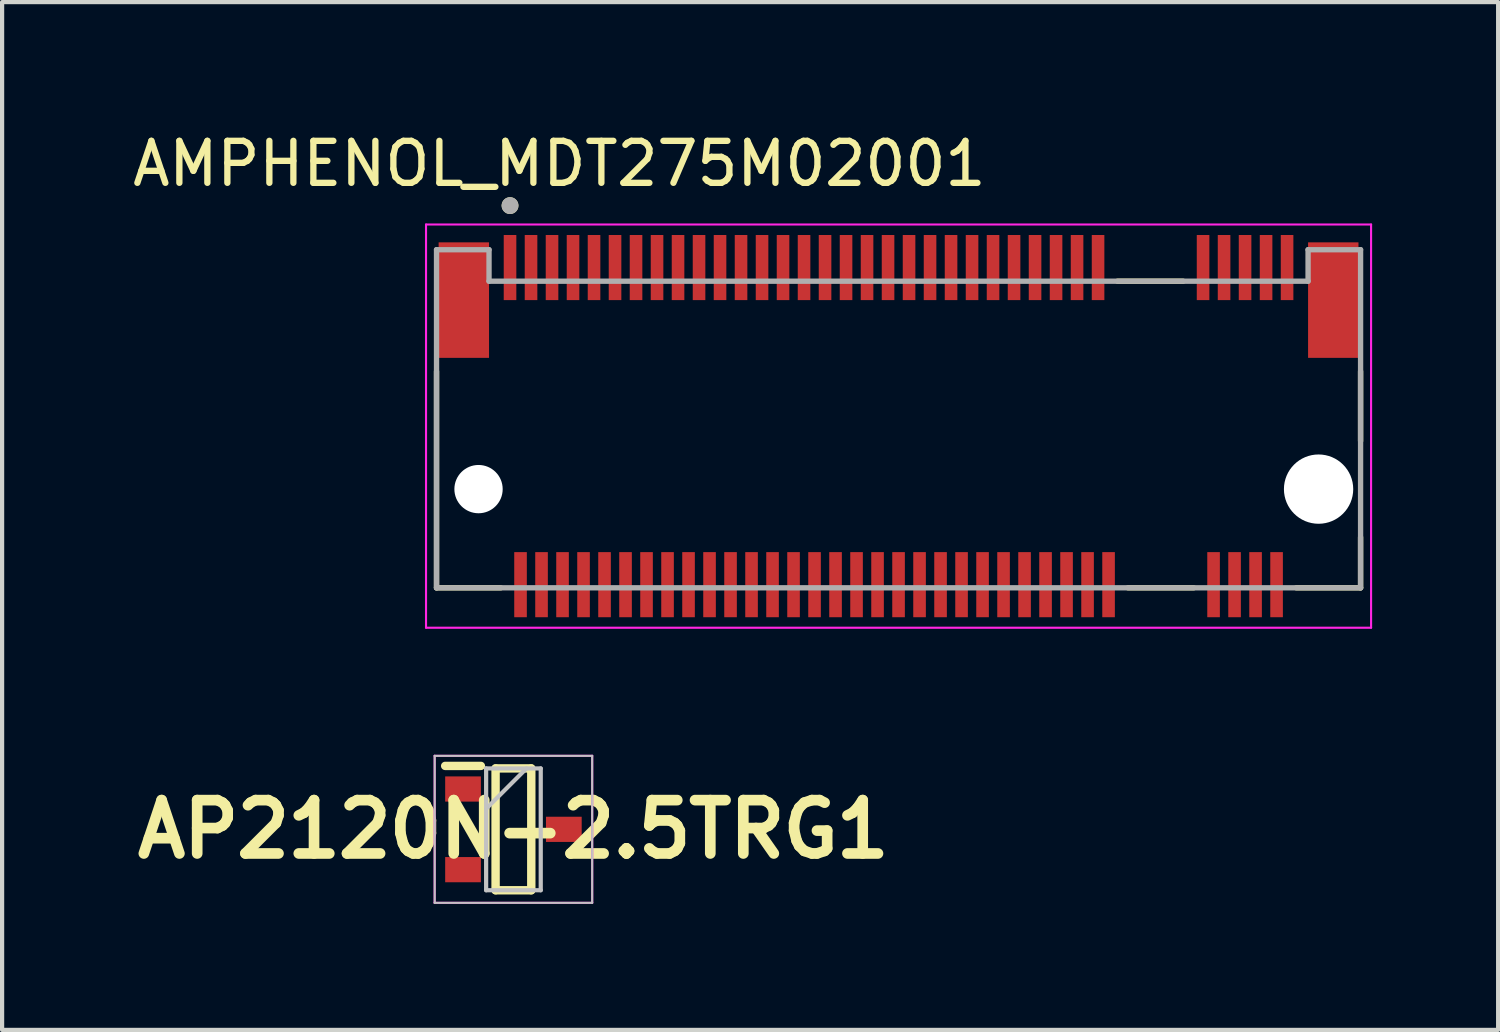
<source format=kicad_pcb>
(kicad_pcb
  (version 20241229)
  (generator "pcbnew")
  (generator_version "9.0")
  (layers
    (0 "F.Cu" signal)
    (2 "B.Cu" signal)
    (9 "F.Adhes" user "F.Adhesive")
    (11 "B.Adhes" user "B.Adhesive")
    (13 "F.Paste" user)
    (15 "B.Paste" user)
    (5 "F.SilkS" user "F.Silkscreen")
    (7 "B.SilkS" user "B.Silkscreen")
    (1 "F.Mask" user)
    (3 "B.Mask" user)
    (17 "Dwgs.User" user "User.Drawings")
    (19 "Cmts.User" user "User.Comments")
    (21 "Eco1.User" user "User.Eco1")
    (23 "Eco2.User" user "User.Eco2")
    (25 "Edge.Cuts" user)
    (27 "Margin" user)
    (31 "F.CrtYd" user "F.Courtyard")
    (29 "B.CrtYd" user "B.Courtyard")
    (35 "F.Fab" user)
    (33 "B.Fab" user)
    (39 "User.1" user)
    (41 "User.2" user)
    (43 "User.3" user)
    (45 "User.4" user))
  (footprint "AP2120N-2.5TRG1"
    (layer "F.Cu")
    (at 9.174 16.695)
    (property "Reference" "AP2120N-2.5TRG1" (at 0 0 0) (layer "F.SilkS") (effects (font (size 1.27 1.27) (thickness 0.254))))
    (attr smd)
    (fp_line (start -1.625 -1.51) (end -0.775 -1.51) (stroke (width 0.2) (type solid)) (layer "F.SilkS"))
    (fp_line (start -0.425 -1.45) (end 0.425 -1.45) (stroke (width 0.2) (type solid)) (layer "F.SilkS"))
    (fp_line (start -0.425 1.45) (end -0.425 -1.45) (stroke (width 0.2) (type solid)) (layer "F.SilkS"))
    (fp_line (start 0.425 -1.45) (end 0.425 1.45) (stroke (width 0.2) (type solid)) (layer "F.SilkS"))
    (fp_line (start 0.425 1.45) (end -0.425 1.45) (stroke (width 0.2) (type solid)) (layer "F.SilkS"))
    (fp_line (start -1.875 -1.75) (end 1.875 -1.75) (stroke (width 0.05) (type solid)) (layer "Dwgs.User"))
    (fp_line (start -1.875 1.75) (end -1.875 -1.75) (stroke (width 0.05) (type solid)) (layer "Dwgs.User"))
    (fp_line (start -0.65 -1.45) (end 0.65 -1.45) (stroke (width 0.1) (type solid)) (layer "Dwgs.User"))
    (fp_line (start -0.65 -0.49) (end 0.31 -1.45) (stroke (width 0.1) (type solid)) (layer "Dwgs.User"))
    (fp_line (start -0.65 1.45) (end -0.65 -1.45) (stroke (width 0.1) (type solid)) (layer "Dwgs.User"))
    (fp_line (start 0.65 -1.45) (end 0.65 1.45) (stroke (width 0.1) (type solid)) (layer "Dwgs.User"))
    (fp_line (start 0.65 1.45) (end -0.65 1.45) (stroke (width 0.1) (type solid)) (layer "Dwgs.User"))
    (fp_line (start 1.875 -1.75) (end 1.875 1.75) (stroke (width 0.05) (type solid)) (layer "Dwgs.User"))
    (fp_line (start 1.875 1.75) (end -1.875 1.75) (stroke (width 0.05) (type solid)) (layer "Dwgs.User"))
    (fp_line (start -1.875 -1.75) (end 1.875 -1.75) (stroke (width 0.05) (type solid)) (layer "F.CrtYd"))
    (fp_line (start -1.875 1.75) (end -1.875 -1.75) (stroke (width 0.05) (type solid)) (layer "F.CrtYd"))
    (fp_line (start 1.875 -1.75) (end 1.875 1.75) (stroke (width 0.05) (type solid)) (layer "F.CrtYd"))
    (fp_line (start 1.875 1.75) (end -1.875 1.75) (stroke (width 0.05) (type solid)) (layer "F.CrtYd"))
    (pad "1" smd rect (at -1.2 -0.96 90) (size 0.6 0.85) (layers "F.Cu" "F.Mask" "F.Paste"))
    (pad "2" smd rect (at -1.2 0.96 90) (size 0.6 0.85) (layers "F.Cu" "F.Mask" "F.Paste"))
    (pad "3" smd rect (at 1.2 0 90) (size 0.6 0.85) (layers "F.Cu" "F.Mask" "F.Paste")))
  (footprint "AMPHENOL_MDT275M02001"
    (layer "F.Cu")
    (at 18.343 8.595)
    (property "Reference" "AMPHENOL_MDT275M02001" (at -8.075 -7.747 0) (layer "F.SilkS") (effects (font (size 1 1) (thickness 0.15))))
    (attr smd)
    (fp_line (start -11 2.35) (end -11 -2.805) (stroke (width 0.127) (type solid)) (layer "F.SilkS"))
    (fp_line (start -9.47 2.35) (end -11 2.35) (stroke (width 0.127) (type solid)) (layer "F.SilkS"))
    (fp_line (start 5.213 -4.95) (end 6.777 -4.95) (stroke (width 0.127) (type solid)) (layer "F.SilkS"))
    (fp_line (start 5.463 2.35) (end 7.027 2.35) (stroke (width 0.127) (type solid)) (layer "F.SilkS"))
    (fp_line (start 11 -2.805) (end 11 -1.145) (stroke (width 0.127) (type solid)) (layer "F.SilkS"))
    (fp_line (start 11 2.35) (end 9.47 2.35) (stroke (width 0.127) (type solid)) (layer "F.SilkS"))
    (fp_line (start 11 2.35) (end 11 1.145) (stroke (width 0.127) (type solid)) (layer "F.SilkS"))
    (fp_circle (center -9.25 -6.75) (end -9.15 -6.75) (stroke (width 0.2) (type solid)) (fill no) (layer "F.SilkS"))
    (fp_line (start -11.25 -6.3) (end -11.25 3.3) (stroke (width 0.05) (type solid)) (layer "F.CrtYd"))
    (fp_line (start -11.25 3.3) (end 11.25 3.3) (stroke (width 0.05) (type solid)) (layer "F.CrtYd"))
    (fp_line (start 11.25 -6.3) (end -11.25 -6.3) (stroke (width 0.05) (type solid)) (layer "F.CrtYd"))
    (fp_line (start 11.25 3.3) (end 11.25 -6.3) (stroke (width 0.05) (type solid)) (layer "F.CrtYd"))
    (fp_line (start -11 -5.7) (end -9.75 -5.7) (stroke (width 0.127) (type solid)) (layer "F.Fab"))
    (fp_line (start -11 2.35) (end -11 -5.7) (stroke (width 0.127) (type solid)) (layer "F.Fab"))
    (fp_line (start -9.75 -5.7) (end -9.75 -4.95) (stroke (width 0.127) (type solid)) (layer "F.Fab"))
    (fp_line (start -9.75 -4.95) (end 9.75 -4.95) (stroke (width 0.127) (type solid)) (layer "F.Fab"))
    (fp_line (start 9.75 -5.7) (end 11 -5.7) (stroke (width 0.127) (type solid)) (layer "F.Fab"))
    (fp_line (start 9.75 -4.95) (end 9.75 -5.7) (stroke (width 0.127) (type solid)) (layer "F.Fab"))
    (fp_line (start 11 -5.7) (end 11 2.35) (stroke (width 0.127) (type solid)) (layer "F.Fab"))
    (fp_line (start 11 2.35) (end -11 2.35) (stroke (width 0.127) (type solid)) (layer "F.Fab"))
    (fp_circle (center -9.25 -6.75) (end -9.15 -6.75) (stroke (width 0.2) (type solid)) (fill no) (layer "F.Fab"))
    (pad "" np_thru_hole circle (at -10 0) (size 1.15 1.15) (drill 1.15) (layers "*.Cu" "*.Mask"))
    (pad "" np_thru_hole circle (at 10 0) (size 1.65 1.65) (drill 1.65) (layers "*.Cu" "*.Mask"))
    (pad "1" smd rect (at -9.25 -5.275) (size 0.3 1.55) (layers "F.Cu" "F.Mask" "F.Paste"))
    (pad "2" smd rect (at -9 2.275) (size 0.3 1.55) (layers "F.Cu" "F.Mask" "F.Paste"))
    (pad "3" smd rect (at -8.75 -5.275) (size 0.3 1.55) (layers "F.Cu" "F.Mask" "F.Paste"))
    (pad "4" smd rect (at -8.5 2.275) (size 0.3 1.55) (layers "F.Cu" "F.Mask" "F.Paste"))
    (pad "5" smd rect (at -8.25 -5.275) (size 0.3 1.55) (layers "F.Cu" "F.Mask" "F.Paste"))
    (pad "6" smd rect (at -8 2.275) (size 0.3 1.55) (layers "F.Cu" "F.Mask" "F.Paste"))
    (pad "7" smd rect (at -7.75 -5.275) (size 0.3 1.55) (layers "F.Cu" "F.Mask" "F.Paste"))
    (pad "8" smd rect (at -7.5 2.275) (size 0.3 1.55) (layers "F.Cu" "F.Mask" "F.Paste"))
    (pad "9" smd rect (at -7.25 -5.275) (size 0.3 1.55) (layers "F.Cu" "F.Mask" "F.Paste"))
    (pad "10" smd rect (at -7 2.275) (size 0.3 1.55) (layers "F.Cu" "F.Mask" "F.Paste"))
    (pad "11" smd rect (at -6.75 -5.275) (size 0.3 1.55) (layers "F.Cu" "F.Mask" "F.Paste"))
    (pad "12" smd rect (at -6.5 2.275) (size 0.3 1.55) (layers "F.Cu" "F.Mask" "F.Paste"))
    (pad "13" smd rect (at -6.25 -5.275) (size 0.3 1.55) (layers "F.Cu" "F.Mask" "F.Paste"))
    (pad "14" smd rect (at -6 2.275) (size 0.3 1.55) (layers "F.Cu" "F.Mask" "F.Paste"))
    (pad "15" smd rect (at -5.75 -5.275) (size 0.3 1.55) (layers "F.Cu" "F.Mask" "F.Paste"))
    (pad "16" smd rect (at -5.5 2.275) (size 0.3 1.55) (layers "F.Cu" "F.Mask" "F.Paste"))
    (pad "17" smd rect (at -5.25 -5.275) (size 0.3 1.55) (layers "F.Cu" "F.Mask" "F.Paste"))
    (pad "18" smd rect (at -5 2.275) (size 0.3 1.55) (layers "F.Cu" "F.Mask" "F.Paste"))
    (pad "19" smd rect (at -4.75 -5.275) (size 0.3 1.55) (layers "F.Cu" "F.Mask" "F.Paste"))
    (pad "20" smd rect (at -4.5 2.275) (size 0.3 1.55) (layers "F.Cu" "F.Mask" "F.Paste"))
    (pad "21" smd rect (at -4.25 -5.275) (size 0.3 1.55) (layers "F.Cu" "F.Mask" "F.Paste"))
    (pad "22" smd rect (at -4 2.275) (size 0.3 1.55) (layers "F.Cu" "F.Mask" "F.Paste"))
    (pad "23" smd rect (at -3.75 -5.275) (size 0.3 1.55) (layers "F.Cu" "F.Mask" "F.Paste"))
    (pad "24" smd rect (at -3.5 2.275) (size 0.3 1.55) (layers "F.Cu" "F.Mask" "F.Paste"))
    (pad "25" smd rect (at -3.25 -5.275) (size 0.3 1.55) (layers "F.Cu" "F.Mask" "F.Paste"))
    (pad "26" smd rect (at -3 2.275) (size 0.3 1.55) (layers "F.Cu" "F.Mask" "F.Paste"))
    (pad "27" smd rect (at -2.75 -5.275) (size 0.3 1.55) (layers "F.Cu" "F.Mask" "F.Paste"))
    (pad "28" smd rect (at -2.5 2.275) (size 0.3 1.55) (layers "F.Cu" "F.Mask" "F.Paste"))
    (pad "29" smd rect (at -2.25 -5.275) (size 0.3 1.55) (layers "F.Cu" "F.Mask" "F.Paste"))
    (pad "30" smd rect (at -2 2.275) (size 0.3 1.55) (layers "F.Cu" "F.Mask" "F.Paste"))
    (pad "31" smd rect (at -1.75 -5.275) (size 0.3 1.55) (layers "F.Cu" "F.Mask" "F.Paste"))
    (pad "32" smd rect (at -1.5 2.275) (size 0.3 1.55) (layers "F.Cu" "F.Mask" "F.Paste"))
    (pad "33" smd rect (at -1.25 -5.275) (size 0.3 1.55) (layers "F.Cu" "F.Mask" "F.Paste"))
    (pad "34" smd rect (at -1 2.275) (size 0.3 1.55) (layers "F.Cu" "F.Mask" "F.Paste"))
    (pad "35" smd rect (at -0.75 -5.275) (size 0.3 1.55) (layers "F.Cu" "F.Mask" "F.Paste"))
    (pad "36" smd rect (at -0.5 2.275) (size 0.3 1.55) (layers "F.Cu" "F.Mask" "F.Paste"))
    (pad "37" smd rect (at -0.25 -5.275) (size 0.3 1.55) (layers "F.Cu" "F.Mask" "F.Paste"))
    (pad "38" smd rect (at 0 2.275) (size 0.3 1.55) (layers "F.Cu" "F.Mask" "F.Paste"))
    (pad "39" smd rect (at 0.25 -5.275) (size 0.3 1.55) (layers "F.Cu" "F.Mask" "F.Paste"))
    (pad "40" smd rect (at 0.5 2.275) (size 0.3 1.55) (layers "F.Cu" "F.Mask" "F.Paste"))
    (pad "41" smd rect (at 0.75 -5.275) (size 0.3 1.55) (layers "F.Cu" "F.Mask" "F.Paste"))
    (pad "42" smd rect (at 1 2.275) (size 0.3 1.55) (layers "F.Cu" "F.Mask" "F.Paste"))
    (pad "43" smd rect (at 1.25 -5.275) (size 0.3 1.55) (layers "F.Cu" "F.Mask" "F.Paste"))
    (pad "44" smd rect (at 1.5 2.275) (size 0.3 1.55) (layers "F.Cu" "F.Mask" "F.Paste"))
    (pad "45" smd rect (at 1.75 -5.275) (size 0.3 1.55) (layers "F.Cu" "F.Mask" "F.Paste"))
    (pad "46" smd rect (at 2 2.275) (size 0.3 1.55) (layers "F.Cu" "F.Mask" "F.Paste"))
    (pad "47" smd rect (at 2.25 -5.275) (size 0.3 1.55) (layers "F.Cu" "F.Mask" "F.Paste"))
    (pad "48" smd rect (at 2.5 2.275) (size 0.3 1.55) (layers "F.Cu" "F.Mask" "F.Paste"))
    (pad "49" smd rect (at 2.75 -5.275) (size 0.3 1.55) (layers "F.Cu" "F.Mask" "F.Paste"))
    (pad "50" smd rect (at 3 2.275) (size 0.3 1.55) (layers "F.Cu" "F.Mask" "F.Paste"))
    (pad "51" smd rect (at 3.25 -5.275) (size 0.3 1.55) (layers "F.Cu" "F.Mask" "F.Paste"))
    (pad "52" smd rect (at 3.5 2.275) (size 0.3 1.55) (layers "F.Cu" "F.Mask" "F.Paste"))
    (pad "53" smd rect (at 3.75 -5.275) (size 0.3 1.55) (layers "F.Cu" "F.Mask" "F.Paste"))
    (pad "54" smd rect (at 4 2.275) (size 0.3 1.55) (layers "F.Cu" "F.Mask" "F.Paste"))
    (pad "55" smd rect (at 4.25 -5.275) (size 0.3 1.55) (layers "F.Cu" "F.Mask" "F.Paste"))
    (pad "56" smd rect (at 4.5 2.275) (size 0.3 1.55) (layers "F.Cu" "F.Mask" "F.Paste"))
    (pad "57" smd rect (at 4.75 -5.275) (size 0.3 1.55) (layers "F.Cu" "F.Mask" "F.Paste"))
    (pad "58" smd rect (at 5 2.275) (size 0.3 1.55) (layers "F.Cu" "F.Mask" "F.Paste"))
    (pad "67" smd rect (at 7.25 -5.275) (size 0.3 1.55) (layers "F.Cu" "F.Mask" "F.Paste"))
    (pad "68" smd rect (at 7.5 2.275) (size 0.3 1.55) (layers "F.Cu" "F.Mask" "F.Paste"))
    (pad "69" smd rect (at 7.75 -5.275) (size 0.3 1.55) (layers "F.Cu" "F.Mask" "F.Paste"))
    (pad "70" smd rect (at 8 2.275) (size 0.3 1.55) (layers "F.Cu" "F.Mask" "F.Paste"))
    (pad "71" smd rect (at 8.25 -5.275) (size 0.3 1.55) (layers "F.Cu" "F.Mask" "F.Paste"))
    (pad "72" smd rect (at 8.5 2.275) (size 0.3 1.55) (layers "F.Cu" "F.Mask" "F.Paste"))
    (pad "73" smd rect (at 8.75 -5.275) (size 0.3 1.55) (layers "F.Cu" "F.Mask" "F.Paste"))
    (pad "74" smd rect (at 9 2.275) (size 0.3 1.55) (layers "F.Cu" "F.Mask" "F.Paste"))
    (pad "75" smd rect (at 9.25 -5.275) (size 0.3 1.55) (layers "F.Cu" "F.Mask" "F.Paste"))
    (pad "SH1" smd rect (at -10.35 -4.5) (size 1.2 2.75) (layers "F.Cu" "F.Mask" "F.Paste"))
    (pad "SH2" smd rect (at 10.35 -4.5) (size 1.2 2.75) (layers "F.Cu" "F.Mask" "F.Paste")))
  (gr_rect
    (start -3 -3)
    (end 32.618 21.47)
    (stroke (width 0.1) (type default))
    (fill no)
    (layer "Edge.Cuts")))
</source>
